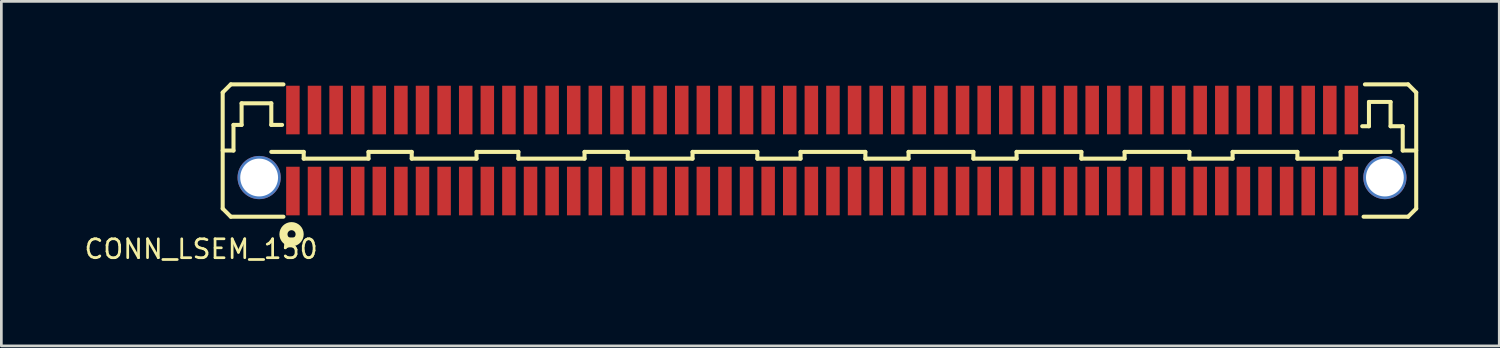
<source format=kicad_pcb>
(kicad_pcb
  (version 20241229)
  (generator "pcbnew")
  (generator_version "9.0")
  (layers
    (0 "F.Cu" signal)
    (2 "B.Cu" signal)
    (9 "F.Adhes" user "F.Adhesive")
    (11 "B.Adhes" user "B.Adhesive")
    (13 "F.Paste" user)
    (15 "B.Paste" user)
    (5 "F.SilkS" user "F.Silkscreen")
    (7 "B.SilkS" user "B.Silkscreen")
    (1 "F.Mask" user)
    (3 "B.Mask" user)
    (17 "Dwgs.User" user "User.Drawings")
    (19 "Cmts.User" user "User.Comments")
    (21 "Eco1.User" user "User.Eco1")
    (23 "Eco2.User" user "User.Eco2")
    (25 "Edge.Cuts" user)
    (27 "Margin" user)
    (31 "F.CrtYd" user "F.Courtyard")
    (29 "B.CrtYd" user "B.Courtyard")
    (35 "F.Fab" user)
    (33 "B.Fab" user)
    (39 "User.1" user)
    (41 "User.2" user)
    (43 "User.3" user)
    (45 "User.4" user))
  (footprint "CONN_LSEM_150"
    (layer "F.Cu")
    (at 6.547 3.525)
    (property "Reference" "CONN_LSEM_150" (at -2.15 2.65 0) (layer "F.SilkS") (effects (font (size 0.7 0.7) (thickness 0.1))))
    (attr through_hole)
    (fp_line (start -1.35 -3.15) (end -1.35 1.15) (stroke (width 0.15) (type solid)) (layer "F.SilkS"))
    (fp_line (start -1.35 -1) (end -0.95 -1) (stroke (width 0.15) (type solid)) (layer "F.SilkS"))
    (fp_line (start -1.35 1.15) (end -1.05 1.45) (stroke (width 0.15) (type solid)) (layer "F.SilkS"))
    (fp_line (start -1.05 -3.45) (end -1.35 -3.15) (stroke (width 0.15) (type solid)) (layer "F.SilkS"))
    (fp_line (start -1.05 1.45) (end 0.9 1.45) (stroke (width 0.15) (type solid)) (layer "F.SilkS"))
    (fp_line (start -0.95 -1.95) (end -0.65 -1.95) (stroke (width 0.15) (type solid)) (layer "F.SilkS"))
    (fp_line (start -0.95 -1) (end -0.95 -1.95) (stroke (width 0.15) (type solid)) (layer "F.SilkS"))
    (fp_line (start -0.65 -2.75) (end 0.45 -2.75) (stroke (width 0.15) (type solid)) (layer "F.SilkS"))
    (fp_line (start -0.65 -1.95) (end -0.65 -2.75) (stroke (width 0.15) (type solid)) (layer "F.SilkS"))
    (fp_line (start 0.45 -2.75) (end 0.45 -1.95) (stroke (width 0.15) (type solid)) (layer "F.SilkS"))
    (fp_line (start 0.45 -1.95) (end 0.85 -1.95) (stroke (width 0.15) (type solid)) (layer "F.SilkS"))
    (fp_line (start 0.45 -0.95) (end 1.65 -0.95) (stroke (width 0.15) (type solid)) (layer "F.SilkS"))
    (fp_line (start 0.9 -3.45) (end -1.05 -3.45) (stroke (width 0.15) (type solid)) (layer "F.SilkS"))
    (fp_line (start 1.65 -0.95) (end 1.65 -0.7) (stroke (width 0.15) (type solid)) (layer "F.SilkS"))
    (fp_line (start 1.65 -0.7) (end 4.05 -0.7) (stroke (width 0.15) (type solid)) (layer "F.SilkS"))
    (fp_line (start 4.05 -0.95) (end 5.65 -0.95) (stroke (width 0.15) (type solid)) (layer "F.SilkS"))
    (fp_line (start 4.05 -0.7) (end 4.05 -0.95) (stroke (width 0.15) (type solid)) (layer "F.SilkS"))
    (fp_line (start 5.65 -0.95) (end 5.65 -0.7) (stroke (width 0.15) (type solid)) (layer "F.SilkS"))
    (fp_line (start 5.65 -0.7) (end 8.05 -0.7) (stroke (width 0.15) (type solid)) (layer "F.SilkS"))
    (fp_line (start 8.05 -0.95) (end 9.6 -0.95) (stroke (width 0.15) (type solid)) (layer "F.SilkS"))
    (fp_line (start 8.05 -0.7) (end 8.05 -0.95) (stroke (width 0.15) (type solid)) (layer "F.SilkS"))
    (fp_line (start 9.6 -0.95) (end 9.6 -0.7) (stroke (width 0.15) (type solid)) (layer "F.SilkS"))
    (fp_line (start 9.6 -0.7) (end 12.05 -0.7) (stroke (width 0.15) (type solid)) (layer "F.SilkS"))
    (fp_line (start 12.05 -0.95) (end 13.65 -0.95) (stroke (width 0.15) (type solid)) (layer "F.SilkS"))
    (fp_line (start 12.05 -0.7) (end 12.05 -0.95) (stroke (width 0.15) (type solid)) (layer "F.SilkS"))
    (fp_line (start 13.65 -0.95) (end 13.65 -0.7) (stroke (width 0.15) (type solid)) (layer "F.SilkS"))
    (fp_line (start 13.65 -0.7) (end 16.05 -0.7) (stroke (width 0.15) (type solid)) (layer "F.SilkS"))
    (fp_line (start 16.05 -0.95) (end 18.45 -0.95) (stroke (width 0.15) (type solid)) (layer "F.SilkS"))
    (fp_line (start 16.05 -0.7) (end 16.05 -0.95) (stroke (width 0.15) (type solid)) (layer "F.SilkS"))
    (fp_line (start 18.45 -0.95) (end 18.45 -0.7) (stroke (width 0.15) (type solid)) (layer "F.SilkS"))
    (fp_line (start 18.45 -0.7) (end 20.05 -0.7) (stroke (width 0.15) (type solid)) (layer "F.SilkS"))
    (fp_line (start 20.05 -0.95) (end 22.45 -0.95) (stroke (width 0.15) (type solid)) (layer "F.SilkS"))
    (fp_line (start 20.05 -0.7) (end 20.05 -0.95) (stroke (width 0.15) (type solid)) (layer "F.SilkS"))
    (fp_line (start 22.45 -0.95) (end 22.45 -0.7) (stroke (width 0.15) (type solid)) (layer "F.SilkS"))
    (fp_line (start 22.45 -0.7) (end 24.05 -0.7) (stroke (width 0.15) (type solid)) (layer "F.SilkS"))
    (fp_line (start 24.05 -0.95) (end 26.45 -0.95) (stroke (width 0.15) (type solid)) (layer "F.SilkS"))
    (fp_line (start 24.05 -0.7) (end 24.05 -0.95) (stroke (width 0.15) (type solid)) (layer "F.SilkS"))
    (fp_line (start 26.45 -0.95) (end 26.45 -0.7) (stroke (width 0.15) (type solid)) (layer "F.SilkS"))
    (fp_line (start 26.45 -0.7) (end 28.05 -0.7) (stroke (width 0.15) (type solid)) (layer "F.SilkS"))
    (fp_line (start 28.05 -0.95) (end 30.45 -0.95) (stroke (width 0.15) (type solid)) (layer "F.SilkS"))
    (fp_line (start 28.05 -0.7) (end 28.05 -0.95) (stroke (width 0.15) (type solid)) (layer "F.SilkS"))
    (fp_line (start 30.45 -0.95) (end 30.45 -0.7) (stroke (width 0.15) (type solid)) (layer "F.SilkS"))
    (fp_line (start 30.45 -0.7) (end 32.05 -0.7) (stroke (width 0.15) (type solid)) (layer "F.SilkS"))
    (fp_line (start 32.05 -0.95) (end 34.45 -0.95) (stroke (width 0.15) (type solid)) (layer "F.SilkS"))
    (fp_line (start 32.05 -0.7) (end 32.05 -0.95) (stroke (width 0.15) (type solid)) (layer "F.SilkS"))
    (fp_line (start 34.45 -0.95) (end 34.45 -0.7) (stroke (width 0.15) (type solid)) (layer "F.SilkS"))
    (fp_line (start 34.45 -0.7) (end 36.05 -0.7) (stroke (width 0.15) (type solid)) (layer "F.SilkS"))
    (fp_line (start 36.05 -0.95) (end 38.45 -0.95) (stroke (width 0.15) (type solid)) (layer "F.SilkS"))
    (fp_line (start 36.05 -0.7) (end 36.05 -0.95) (stroke (width 0.15) (type solid)) (layer "F.SilkS"))
    (fp_line (start 38.45 -0.95) (end 38.45 -0.7) (stroke (width 0.15) (type solid)) (layer "F.SilkS"))
    (fp_line (start 38.45 -0.7) (end 40.05 -0.7) (stroke (width 0.15) (type solid)) (layer "F.SilkS"))
    (fp_line (start 40.05 -0.95) (end 41.9 -0.95) (stroke (width 0.15) (type solid)) (layer "F.SilkS"))
    (fp_line (start 40.05 -0.7) (end 40.05 -0.95) (stroke (width 0.15) (type solid)) (layer "F.SilkS"))
    (fp_line (start 40.95 -3.45) (end 42.55 -3.45) (stroke (width 0.15) (type solid)) (layer "F.SilkS"))
    (fp_line (start 41.1 -2.8) (end 41.1 -1.9) (stroke (width 0.15) (type solid)) (layer "F.SilkS"))
    (fp_line (start 41.1 -1.9) (end 40.85 -1.9) (stroke (width 0.15) (type solid)) (layer "F.SilkS"))
    (fp_line (start 41.9 -2.8) (end 41.1 -2.8) (stroke (width 0.15) (type solid)) (layer "F.SilkS"))
    (fp_line (start 41.9 -1.9) (end 41.9 -2.8) (stroke (width 0.15) (type solid)) (layer "F.SilkS"))
    (fp_line (start 42.35 -1.9) (end 41.9 -1.9) (stroke (width 0.15) (type solid)) (layer "F.SilkS"))
    (fp_line (start 42.35 -1.9) (end 42.35 -1) (stroke (width 0.15) (type solid)) (layer "F.SilkS"))
    (fp_line (start 42.35 -1) (end 42.85 -1) (stroke (width 0.15) (type solid)) (layer "F.SilkS"))
    (fp_line (start 42.55 -3.45) (end 42.85 -3.15) (stroke (width 0.15) (type solid)) (layer "F.SilkS"))
    (fp_line (start 42.55 1.45) (end 40.9 1.45) (stroke (width 0.15) (type solid)) (layer "F.SilkS"))
    (fp_line (start 42.85 -3.15) (end 42.85 1.15) (stroke (width 0.15) (type solid)) (layer "F.SilkS"))
    (fp_line (start 42.85 1.15) (end 42.55 1.45) (stroke (width 0.15) (type solid)) (layer "F.SilkS"))
    (fp_circle (center 1.2 2.1) (end 1.5 2.1) (stroke (width 0.3) (type solid)) (fill no) (layer "F.SilkS"))
    (pad "1" thru_hole circle (at 0 0) (size 1.6 1.6) (drill 1.4) (layers "*.Cu" "*.Mask"))
    (pad "1" smd rect (at 1.25 0.5) (size 0.5 1.8) (layers "F.Cu" "F.Mask" "F.Paste"))
    (pad "2" smd rect (at 1.25 -2.5) (size 0.5 1.8) (layers "F.Cu" "F.Mask" "F.Paste"))
    (pad "3" smd rect (at 2.05 0.5) (size 0.5 1.8) (layers "F.Cu" "F.Mask" "F.Paste"))
    (pad "4" smd rect (at 2.05 -2.5) (size 0.5 1.8) (layers "F.Cu" "F.Mask" "F.Paste"))
    (pad "5" smd rect (at 2.85 0.5) (size 0.5 1.8) (layers "F.Cu" "F.Mask" "F.Paste"))
    (pad "6" smd rect (at 2.85 -2.5) (size 0.5 1.8) (layers "F.Cu" "F.Mask" "F.Paste"))
    (pad "7" smd rect (at 3.65 0.5) (size 0.5 1.8) (layers "F.Cu" "F.Mask" "F.Paste"))
    (pad "8" smd rect (at 3.65 -2.5) (size 0.5 1.8) (layers "F.Cu" "F.Mask" "F.Paste"))
    (pad "9" smd rect (at 4.45 0.5) (size 0.5 1.8) (layers "F.Cu" "F.Mask" "F.Paste"))
    (pad "10" smd rect (at 4.45 -2.5) (size 0.5 1.8) (layers "F.Cu" "F.Mask" "F.Paste"))
    (pad "11" smd rect (at 5.25 0.5) (size 0.5 1.8) (layers "F.Cu" "F.Mask" "F.Paste"))
    (pad "12" smd rect (at 5.25 -2.5) (size 0.5 1.8) (layers "F.Cu" "F.Mask" "F.Paste"))
    (pad "13" smd rect (at 6.05 0.5) (size 0.5 1.8) (layers "F.Cu" "F.Mask" "F.Paste"))
    (pad "14" smd rect (at 6.05 -2.5) (size 0.5 1.8) (layers "F.Cu" "F.Mask" "F.Paste"))
    (pad "15" smd rect (at 6.85 0.5) (size 0.5 1.8) (layers "F.Cu" "F.Mask" "F.Paste"))
    (pad "16" smd rect (at 6.85 -2.5) (size 0.5 1.8) (layers "F.Cu" "F.Mask" "F.Paste"))
    (pad "17" smd rect (at 7.65 0.5) (size 0.5 1.8) (layers "F.Cu" "F.Mask" "F.Paste"))
    (pad "18" smd rect (at 7.65 -2.5) (size 0.5 1.8) (layers "F.Cu" "F.Mask" "F.Paste"))
    (pad "19" smd rect (at 8.45 0.5) (size 0.5 1.8) (layers "F.Cu" "F.Mask" "F.Paste"))
    (pad "20" smd rect (at 8.45 -2.5) (size 0.5 1.8) (layers "F.Cu" "F.Mask" "F.Paste"))
    (pad "21" smd rect (at 9.25 0.5) (size 0.5 1.8) (layers "F.Cu" "F.Mask" "F.Paste"))
    (pad "22" smd rect (at 9.25 -2.5) (size 0.5 1.8) (layers "F.Cu" "F.Mask" "F.Paste"))
    (pad "23" smd rect (at 10.05 0.5) (size 0.5 1.8) (layers "F.Cu" "F.Mask" "F.Paste"))
    (pad "24" smd rect (at 10.05 -2.5) (size 0.5 1.8) (layers "F.Cu" "F.Mask" "F.Paste"))
    (pad "25" smd rect (at 10.85 0.5) (size 0.5 1.8) (layers "F.Cu" "F.Mask" "F.Paste"))
    (pad "26" smd rect (at 10.85 -2.5) (size 0.5 1.8) (layers "F.Cu" "F.Mask" "F.Paste"))
    (pad "27" smd rect (at 11.65 0.5) (size 0.5 1.8) (layers "F.Cu" "F.Mask" "F.Paste"))
    (pad "28" smd rect (at 11.65 -2.5) (size 0.5 1.8) (layers "F.Cu" "F.Mask" "F.Paste"))
    (pad "29" smd rect (at 12.45 0.5) (size 0.5 1.8) (layers "F.Cu" "F.Mask" "F.Paste"))
    (pad "30" smd rect (at 12.45 -2.5) (size 0.5 1.8) (layers "F.Cu" "F.Mask" "F.Paste"))
    (pad "31" smd rect (at 13.25 0.5) (size 0.5 1.8) (layers "F.Cu" "F.Mask" "F.Paste"))
    (pad "32" smd rect (at 13.25 -2.5) (size 0.5 1.8) (layers "F.Cu" "F.Mask" "F.Paste"))
    (pad "33" smd rect (at 14.05 0.5) (size 0.5 1.8) (layers "F.Cu" "F.Mask" "F.Paste"))
    (pad "34" smd rect (at 14.05 -2.5) (size 0.5 1.8) (layers "F.Cu" "F.Mask" "F.Paste"))
    (pad "35" smd rect (at 14.85 0.5) (size 0.5 1.8) (layers "F.Cu" "F.Mask" "F.Paste"))
    (pad "36" smd rect (at 14.85 -2.5) (size 0.5 1.8) (layers "F.Cu" "F.Mask" "F.Paste"))
    (pad "37" smd rect (at 15.65 0.5) (size 0.5 1.8) (layers "F.Cu" "F.Mask" "F.Paste"))
    (pad "38" smd rect (at 15.65 -2.5) (size 0.5 1.8) (layers "F.Cu" "F.Mask" "F.Paste"))
    (pad "39" smd rect (at 16.45 0.5) (size 0.5 1.8) (layers "F.Cu" "F.Mask" "F.Paste"))
    (pad "40" smd rect (at 16.45 -2.5) (size 0.5 1.8) (layers "F.Cu" "F.Mask" "F.Paste"))
    (pad "41" smd rect (at 17.25 0.5) (size 0.5 1.8) (layers "F.Cu" "F.Mask" "F.Paste"))
    (pad "42" smd rect (at 17.25 -2.5) (size 0.5 1.8) (layers "F.Cu" "F.Mask" "F.Paste"))
    (pad "43" smd rect (at 18.05 0.5) (size 0.5 1.8) (layers "F.Cu" "F.Mask" "F.Paste"))
    (pad "44" smd rect (at 18.05 -2.5) (size 0.5 1.8) (layers "F.Cu" "F.Mask" "F.Paste"))
    (pad "45" smd rect (at 18.85 0.5) (size 0.5 1.8) (layers "F.Cu" "F.Mask" "F.Paste"))
    (pad "46" smd rect (at 18.85 -2.5) (size 0.5 1.8) (layers "F.Cu" "F.Mask" "F.Paste"))
    (pad "47" smd rect (at 19.65 0.5) (size 0.5 1.8) (layers "F.Cu" "F.Mask" "F.Paste"))
    (pad "48" smd rect (at 19.65 -2.5) (size 0.5 1.8) (layers "F.Cu" "F.Mask" "F.Paste"))
    (pad "49" smd rect (at 20.45 0.5) (size 0.5 1.8) (layers "F.Cu" "F.Mask" "F.Paste"))
    (pad "50" smd rect (at 20.45 -2.5) (size 0.5 1.8) (layers "F.Cu" "F.Mask" "F.Paste"))
    (pad "51" smd rect (at 21.25 0.5) (size 0.5 1.8) (layers "F.Cu" "F.Mask" "F.Paste"))
    (pad "52" smd rect (at 21.25 -2.5) (size 0.5 1.8) (layers "F.Cu" "F.Mask" "F.Paste"))
    (pad "53" smd rect (at 22.05 0.5) (size 0.5 1.8) (layers "F.Cu" "F.Mask" "F.Paste"))
    (pad "54" smd rect (at 22.05 -2.5) (size 0.5 1.8) (layers "F.Cu" "F.Mask" "F.Paste"))
    (pad "55" smd rect (at 22.85 0.5) (size 0.5 1.8) (layers "F.Cu" "F.Mask" "F.Paste"))
    (pad "56" smd rect (at 22.85 -2.5) (size 0.5 1.8) (layers "F.Cu" "F.Mask" "F.Paste"))
    (pad "57" smd rect (at 23.65 0.5) (size 0.5 1.8) (layers "F.Cu" "F.Mask" "F.Paste"))
    (pad "58" smd rect (at 23.65 -2.5) (size 0.5 1.8) (layers "F.Cu" "F.Mask" "F.Paste"))
    (pad "59" smd rect (at 24.45 0.5) (size 0.5 1.8) (layers "F.Cu" "F.Mask" "F.Paste"))
    (pad "60" smd rect (at 24.45 -2.5) (size 0.5 1.8) (layers "F.Cu" "F.Mask" "F.Paste"))
    (pad "61" smd rect (at 25.25 0.5) (size 0.5 1.8) (layers "F.Cu" "F.Mask" "F.Paste"))
    (pad "62" smd rect (at 25.25 -2.5) (size 0.5 1.8) (layers "F.Cu" "F.Mask" "F.Paste"))
    (pad "63" smd rect (at 26.05 0.5) (size 0.5 1.8) (layers "F.Cu" "F.Mask" "F.Paste"))
    (pad "64" smd rect (at 26.05 -2.5) (size 0.5 1.8) (layers "F.Cu" "F.Mask" "F.Paste"))
    (pad "65" smd rect (at 26.85 0.5) (size 0.5 1.8) (layers "F.Cu" "F.Mask" "F.Paste"))
    (pad "66" smd rect (at 26.85 -2.5) (size 0.5 1.8) (layers "F.Cu" "F.Mask" "F.Paste"))
    (pad "67" smd rect (at 27.65 0.5) (size 0.5 1.8) (layers "F.Cu" "F.Mask" "F.Paste"))
    (pad "68" smd rect (at 27.65 -2.5) (size 0.5 1.8) (layers "F.Cu" "F.Mask" "F.Paste"))
    (pad "69" smd rect (at 28.45 0.5) (size 0.5 1.8) (layers "F.Cu" "F.Mask" "F.Paste"))
    (pad "70" smd rect (at 28.45 -2.5) (size 0.5 1.8) (layers "F.Cu" "F.Mask" "F.Paste"))
    (pad "71" smd rect (at 29.25 0.5) (size 0.5 1.8) (layers "F.Cu" "F.Mask" "F.Paste"))
    (pad "72" smd rect (at 29.25 -2.5) (size 0.5 1.8) (layers "F.Cu" "F.Mask" "F.Paste"))
    (pad "73" smd rect (at 30.05 0.5) (size 0.5 1.8) (layers "F.Cu" "F.Mask" "F.Paste"))
    (pad "74" smd rect (at 30.05 -2.5) (size 0.5 1.8) (layers "F.Cu" "F.Mask" "F.Paste"))
    (pad "75" smd rect (at 30.85 0.5) (size 0.5 1.8) (layers "F.Cu" "F.Mask" "F.Paste"))
    (pad "76" smd rect (at 30.85 -2.5) (size 0.5 1.8) (layers "F.Cu" "F.Mask" "F.Paste"))
    (pad "77" smd rect (at 31.65 0.5) (size 0.5 1.8) (layers "F.Cu" "F.Mask" "F.Paste"))
    (pad "78" smd rect (at 31.65 -2.5) (size 0.5 1.8) (layers "F.Cu" "F.Mask" "F.Paste"))
    (pad "79" smd rect (at 32.45 0.5) (size 0.5 1.8) (layers "F.Cu" "F.Mask" "F.Paste"))
    (pad "80" smd rect (at 32.45 -2.5) (size 0.5 1.8) (layers "F.Cu" "F.Mask" "F.Paste"))
    (pad "81" smd rect (at 33.25 0.5) (size 0.5 1.8) (layers "F.Cu" "F.Mask" "F.Paste"))
    (pad "82" smd rect (at 33.25 -2.5) (size 0.5 1.8) (layers "F.Cu" "F.Mask" "F.Paste"))
    (pad "83" smd rect (at 34.05 0.5) (size 0.5 1.8) (layers "F.Cu" "F.Mask" "F.Paste"))
    (pad "84" smd rect (at 34.05 -2.5) (size 0.5 1.8) (layers "F.Cu" "F.Mask" "F.Paste"))
    (pad "85" smd rect (at 34.85 0.5) (size 0.5 1.8) (layers "F.Cu" "F.Mask" "F.Paste"))
    (pad "86" smd rect (at 34.85 -2.5) (size 0.5 1.8) (layers "F.Cu" "F.Mask" "F.Paste"))
    (pad "87" smd rect (at 35.65 0.5) (size 0.5 1.8) (layers "F.Cu" "F.Mask" "F.Paste"))
    (pad "88" smd rect (at 35.65 -2.5) (size 0.5 1.8) (layers "F.Cu" "F.Mask" "F.Paste"))
    (pad "89" smd rect (at 36.45 0.5) (size 0.5 1.8) (layers "F.Cu" "F.Mask" "F.Paste"))
    (pad "90" smd rect (at 36.45 -2.5) (size 0.5 1.8) (layers "F.Cu" "F.Mask" "F.Paste"))
    (pad "91" smd rect (at 37.25 0.5) (size 0.5 1.8) (layers "F.Cu" "F.Mask" "F.Paste"))
    (pad "92" smd rect (at 37.25 -2.5) (size 0.5 1.8) (layers "F.Cu" "F.Mask" "F.Paste"))
    (pad "93" smd rect (at 38.05 0.5) (size 0.5 1.8) (layers "F.Cu" "F.Mask" "F.Paste"))
    (pad "94" smd rect (at 38.05 -2.5) (size 0.5 1.8) (layers "F.Cu" "F.Mask" "F.Paste"))
    (pad "95" smd rect (at 38.85 0.5) (size 0.5 1.8) (layers "F.Cu" "F.Mask" "F.Paste"))
    (pad "96" smd rect (at 38.85 -2.5) (size 0.5 1.8) (layers "F.Cu" "F.Mask" "F.Paste"))
    (pad "97" smd rect (at 39.65 0.5) (size 0.5 1.8) (layers "F.Cu" "F.Mask" "F.Paste"))
    (pad "98" smd rect (at 39.65 -2.5) (size 0.5 1.8) (layers "F.Cu" "F.Mask" "F.Paste"))
    (pad "99" smd rect (at 40.45 0.5) (size 0.5 1.8) (layers "F.Cu" "F.Mask" "F.Paste"))
    (pad "100" smd rect (at 40.45 -2.5) (size 0.5 1.8) (layers "F.Cu" "F.Mask" "F.Paste"))
    (pad "102" thru_hole circle (at 41.69 0) (size 1.6 1.6) (drill 1.4) (layers "*.Cu" "*.Mask")))
  (gr_rect
    (start -3 -3)
    (end 52.472 9.76)
    (stroke (width 0.1) (type default))
    (fill no)
    (layer "Edge.Cuts")))
</source>
